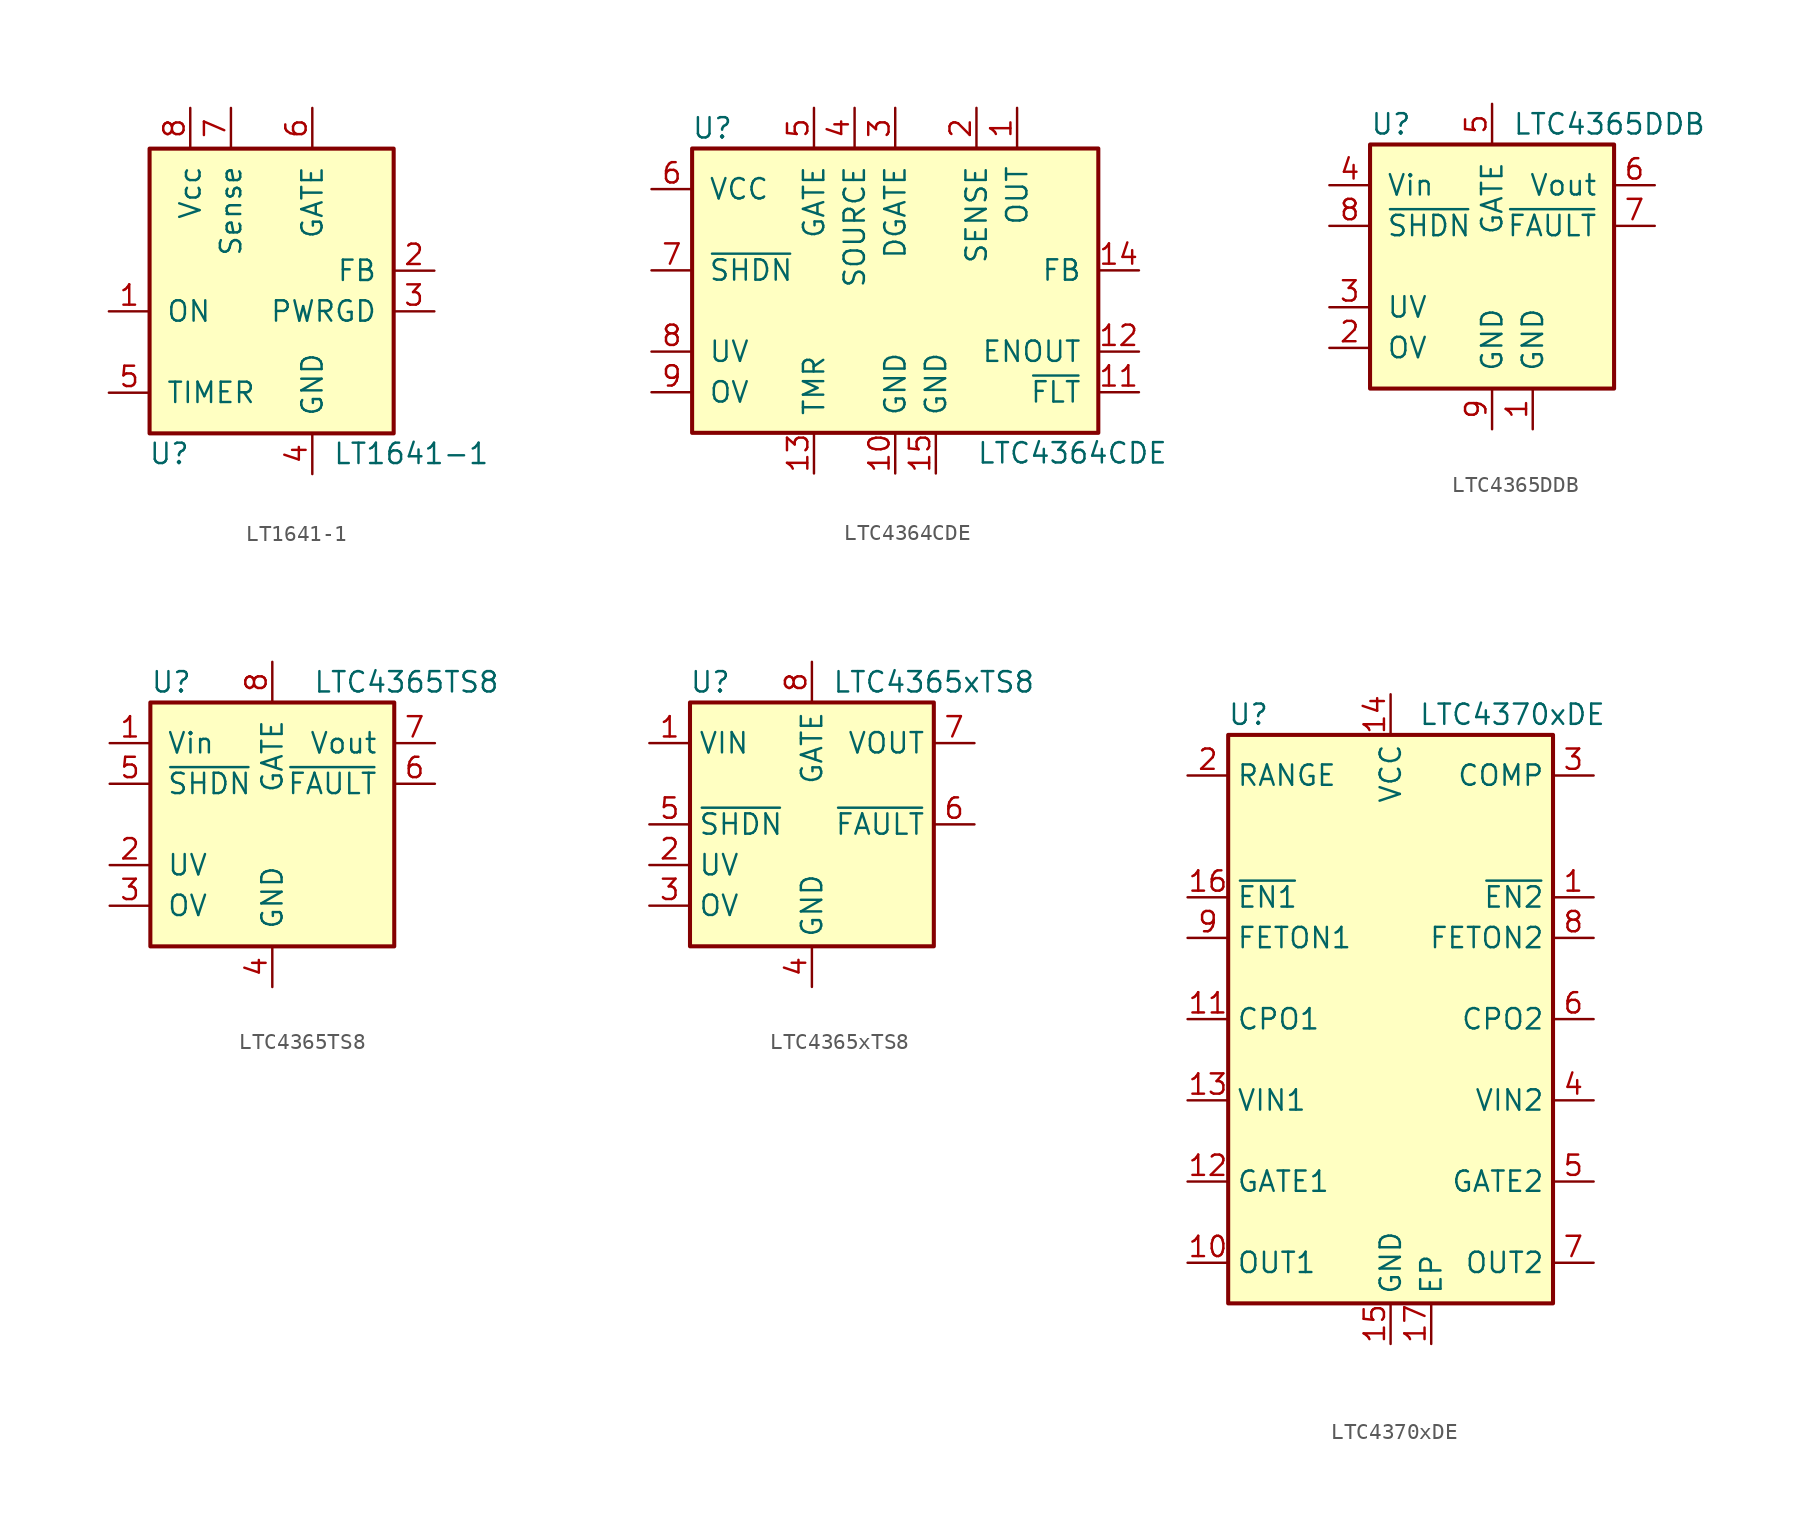
<source format=kicad_sym>
(kicad_symbol_lib
  (version 20231120)
  (generator "kicad_symbol_editor")
  (generator_version "8.0")
  (symbol "LT1641-1"
    (pin_names
      (offset 1.016))
    (property "Reference" "U"
      (at -5.08 -11.43 0)
      (effects (font (size 1.27 1.27)) (justify right)))
    (property "Value" "LT1641-1"
      (at 3.81 -11.43 0)
      (effects (font (size 1.27 1.27)) (justify left)))
    (symbol "LT1641-1_0_1"
      (rectangle (start 7.62 7.62) (end -7.62 -10.16) (stroke (width 0.254) (type default)) (fill (type background))))
    (symbol "LT1641-1_1_0"
      (pin power_in line (at 2.54 -12.7 90) (length 2.54) (name "GND" (effects (font (size 1.27 1.27)))) (number "4" (effects (font (size 1.27 1.27))))))
    (symbol "LT1641-1_1_1"
      (pin input line (at -10.16 -2.54 0) (length 2.54) (name "ON" (effects (font (size 1.27 1.27)))) (number "1" (effects (font (size 1.27 1.27)))))
      (pin input line (at 10.16 0 180) (length 2.54) (name "FB" (effects (font (size 1.27 1.27)))) (number "2" (effects (font (size 1.27 1.27)))))
      (pin open_collector line (at 10.16 -2.54 180) (length 2.54) (name "PWRGD" (effects (font (size 1.27 1.27)))) (number "3" (effects (font (size 1.27 1.27)))))
      (pin input line (at -10.16 -7.62 0) (length 2.54) (name "TIMER" (effects (font (size 1.27 1.27)))) (number "5" (effects (font (size 1.27 1.27)))))
      (pin output line (at 2.54 10.16 270) (length 2.54) (name "GATE" (effects (font (size 1.27 1.27)))) (number "6" (effects (font (size 1.27 1.27)))))
      (pin input line (at -2.54 10.16 270) (length 2.54) (name "Sense" (effects (font (size 1.27 1.27)))) (number "7" (effects (font (size 1.27 1.27)))))
      (pin power_in line (at -5.08 10.16 270) (length 2.54) (name "Vcc" (effects (font (size 1.27 1.27)))) (number "8" (effects (font (size 1.27 1.27)))))))
  (symbol "LTC4364CDE"
    (pin_names
      (offset 1.016))
    (property "Reference" "U"
      (at -11.43 8.89 0)
      (effects (font (size 1.27 1.27))))
    (property "Value" "LTC4364CDE"
      (at 5.08 -11.43 0)
      (effects (font (size 1.27 1.27)) (justify left)))
    (symbol "LTC4364CDE_0_1"
      (rectangle (start -12.7 7.62) (end 12.7 -10.16) (stroke (width 0.254) (type default)) (fill (type background))))
    (symbol "LTC4364CDE_1_1"
      (pin input line (at 7.62 10.16 270) (length 2.54) (name "OUT" (effects (font (size 1.27 1.27)))) (number "1" (effects (font (size 1.27 1.27)))))
      (pin power_in line (at 0 -12.7 90) (length 2.54) (name "GND" (effects (font (size 1.27 1.27)))) (number "10" (effects (font (size 1.27 1.27)))))
      (pin open_collector line (at 15.24 -7.62 180) (length 2.54) (name "~{FLT}" (effects (font (size 1.27 1.27)))) (number "11" (effects (font (size 1.27 1.27)))))
      (pin open_collector line (at 15.24 -5.08 180) (length 2.54) (name "ENOUT" (effects (font (size 1.27 1.27)))) (number "12" (effects (font (size 1.27 1.27)))))
      (pin input line (at -5.08 -12.7 90) (length 2.54) (name "TMR" (effects (font (size 1.27 1.27)))) (number "13" (effects (font (size 1.27 1.27)))))
      (pin input line (at 15.24 0 180) (length 2.54) (name "FB" (effects (font (size 1.27 1.27)))) (number "14" (effects (font (size 1.27 1.27)))))
      (pin power_in line (at 2.54 -12.7 90) (length 2.54) (name "GND" (effects (font (size 1.27 1.27)))) (number "15" (effects (font (size 1.27 1.27)))))
      (pin input line (at 5.08 10.16 270) (length 2.54) (name "SENSE" (effects (font (size 1.27 1.27)))) (number "2" (effects (font (size 1.27 1.27)))))
      (pin output line (at 0 10.16 270) (length 2.54) (name "DGATE" (effects (font (size 1.27 1.27)))) (number "3" (effects (font (size 1.27 1.27)))))
      (pin input line (at -2.54 10.16 270) (length 2.54) (name "SOURCE" (effects (font (size 1.27 1.27)))) (number "4" (effects (font (size 1.27 1.27)))))
      (pin output line (at -5.08 10.16 270) (length 2.54) (name "GATE" (effects (font (size 1.27 1.27)))) (number "5" (effects (font (size 1.27 1.27)))))
      (pin power_in line (at -15.24 5.08 0) (length 2.54) (name "VCC" (effects (font (size 1.27 1.27)))) (number "6" (effects (font (size 1.27 1.27)))))
      (pin input line (at -15.24 0 0) (length 2.54) (name "~{SHDN}" (effects (font (size 1.27 1.27)))) (number "7" (effects (font (size 1.27 1.27)))))
      (pin input line (at -15.24 -5.08 0) (length 2.54) (name "UV" (effects (font (size 1.27 1.27)))) (number "8" (effects (font (size 1.27 1.27)))))
      (pin input line (at -15.24 -7.62 0) (length 2.54) (name "OV" (effects (font (size 1.27 1.27)))) (number "9" (effects (font (size 1.27 1.27)))))))
  (symbol "LTC4365DDB"
    (pin_names
      (offset 1.016))
    (property "Reference" "U"
      (at -7.62 8.89 0)
      (effects (font (size 1.27 1.27)) (justify left)))
    (property "Value" "LTC4365DDB"
      (at 1.27 8.89 0)
      (effects (font (size 1.27 1.27)) (justify left)))
    (symbol "LTC4365DDB_0_1"
      (rectangle (start -7.62 7.62) (end 7.62 -7.62) (stroke (width 0.254) (type default)) (fill (type background))))
    (symbol "LTC4365DDB_1_1"
      (pin power_in line (at 2.54 -10.16 90) (length 2.54) (name "GND" (effects (font (size 1.27 1.27)))) (number "1" (effects (font (size 1.27 1.27)))))
      (pin input line (at -10.16 -5.08 0) (length 2.54) (name "OV" (effects (font (size 1.27 1.27)))) (number "2" (effects (font (size 1.27 1.27)))))
      (pin input line (at -10.16 -2.54 0) (length 2.54) (name "UV" (effects (font (size 1.27 1.27)))) (number "3" (effects (font (size 1.27 1.27)))))
      (pin power_in line (at -10.16 5.08 0) (length 2.54) (name "Vin" (effects (font (size 1.27 1.27)))) (number "4" (effects (font (size 1.27 1.27)))))
      (pin output line (at 0 10.16 270) (length 2.54) (name "GATE" (effects (font (size 1.27 1.27)))) (number "5" (effects (font (size 1.27 1.27)))))
      (pin input line (at 10.16 5.08 180) (length 2.54) (name "Vout" (effects (font (size 1.27 1.27)))) (number "6" (effects (font (size 1.27 1.27)))))
      (pin open_collector line (at 10.16 2.54 180) (length 2.54) (name "~{FAULT}" (effects (font (size 1.27 1.27)))) (number "7" (effects (font (size 1.27 1.27)))))
      (pin input line (at -10.16 2.54 0) (length 2.54) (name "~{SHDN}" (effects (font (size 1.27 1.27)))) (number "8" (effects (font (size 1.27 1.27)))))
      (pin power_in line (at 0 -10.16 90) (length 2.54) (name "GND" (effects (font (size 1.27 1.27)))) (number "9" (effects (font (size 1.27 1.27)))))))
  (symbol "LTC4365TS8"
    (pin_names
      (offset 1.016))
    (property "Reference" "U"
      (at -7.62 8.89 0)
      (effects (font (size 1.27 1.27)) (justify left)))
    (property "Value" "LTC4365TS8"
      (at 2.54 8.89 0)
      (effects (font (size 1.27 1.27)) (justify left)))
    (symbol "LTC4365TS8_0_1"
      (rectangle (start -7.62 7.62) (end 7.62 -7.62) (stroke (width 0.254) (type default)) (fill (type background))))
    (symbol "LTC4365TS8_1_1"
      (pin power_in line (at -10.16 5.08 0) (length 2.54) (name "Vin" (effects (font (size 1.27 1.27)))) (number "1" (effects (font (size 1.27 1.27)))))
      (pin input line (at -10.16 -2.54 0) (length 2.54) (name "UV" (effects (font (size 1.27 1.27)))) (number "2" (effects (font (size 1.27 1.27)))))
      (pin input line (at -10.16 -5.08 0) (length 2.54) (name "OV" (effects (font (size 1.27 1.27)))) (number "3" (effects (font (size 1.27 1.27)))))
      (pin power_in line (at 0 -10.16 90) (length 2.54) (name "GND" (effects (font (size 1.27 1.27)))) (number "4" (effects (font (size 1.27 1.27)))))
      (pin input line (at -10.16 2.54 0) (length 2.54) (name "~{SHDN}" (effects (font (size 1.27 1.27)))) (number "5" (effects (font (size 1.27 1.27)))))
      (pin open_collector line (at 10.16 2.54 180) (length 2.54) (name "~{FAULT}" (effects (font (size 1.27 1.27)))) (number "6" (effects (font (size 1.27 1.27)))))
      (pin input line (at 10.16 5.08 180) (length 2.54) (name "Vout" (effects (font (size 1.27 1.27)))) (number "7" (effects (font (size 1.27 1.27)))))
      (pin output line (at 0 10.16 270) (length 2.54) (name "GATE" (effects (font (size 1.27 1.27)))) (number "8" (effects (font (size 1.27 1.27)))))))
  (symbol "LTC4365xTS8"
    (property "Reference" "U"
      (at -6.35 8.89 0)
      (effects (font (size 1.27 1.27))))
    (property "Value" "LTC4365xTS8"
      (at 7.62 8.89 0)
      (effects (font (size 1.27 1.27))))
    (symbol "LTC4365xTS8_0_1"
      (rectangle (start -7.62 7.62) (end 7.62 -7.62) (stroke (width 0.254) (type default)) (fill (type background))))
    (symbol "LTC4365xTS8_1_1"
      (pin power_in line (at -10.16 5.08 0) (length 2.54) (name "VIN" (effects (font (size 1.27 1.27)))) (number "1" (effects (font (size 1.27 1.27)))))
      (pin input line (at -10.16 -2.54 0) (length 2.54) (name "UV" (effects (font (size 1.27 1.27)))) (number "2" (effects (font (size 1.27 1.27)))))
      (pin input line (at -10.16 -5.08 0) (length 2.54) (name "OV" (effects (font (size 1.27 1.27)))) (number "3" (effects (font (size 1.27 1.27)))))
      (pin power_in line (at 0 -10.16 90) (length 2.54) (name "GND" (effects (font (size 1.27 1.27)))) (number "4" (effects (font (size 1.27 1.27)))))
      (pin input line (at -10.16 0 0) (length 2.54) (name "~{SHDN}" (effects (font (size 1.27 1.27)))) (number "5" (effects (font (size 1.27 1.27)))))
      (pin open_collector line (at 10.16 0 180) (length 2.54) (name "~{FAULT}" (effects (font (size 1.27 1.27)))) (number "6" (effects (font (size 1.27 1.27)))))
      (pin input line (at 10.16 5.08 180) (length 2.54) (name "VOUT" (effects (font (size 1.27 1.27)))) (number "7" (effects (font (size 1.27 1.27)))))
      (pin output line (at 0 10.16 270) (length 2.54) (name "GATE" (effects (font (size 1.27 1.27)))) (number "8" (effects (font (size 1.27 1.27)))))))
  (symbol "LTC4370xDE"
    (property "Reference" "U"
      (at -8.89 19.05 0)
      (effects (font (size 1.27 1.27))))
    (property "Value" "LTC4370xDE"
      (at 7.62 19.05 0)
      (effects (font (size 1.27 1.27))))
    (symbol "LTC4370xDE_0_1"
      (rectangle (start -10.16 17.78) (end 10.16 -17.78) (stroke (width 0.254) (type default)) (fill (type background))))
    (symbol "LTC4370xDE_1_1"
      (pin input line (at 12.7 7.62 180) (length 2.54) (name "~{EN2}" (effects (font (size 1.27 1.27)))) (number "1" (effects (font (size 1.27 1.27)))))
      (pin input line (at -12.7 -15.24 0) (length 2.54) (name "OUT1" (effects (font (size 1.27 1.27)))) (number "10" (effects (font (size 1.27 1.27)))))
      (pin passive line (at -12.7 0 0) (length 2.54) (name "CPO1" (effects (font (size 1.27 1.27)))) (number "11" (effects (font (size 1.27 1.27)))))
      (pin output line (at -12.7 -10.16 0) (length 2.54) (name "GATE1" (effects (font (size 1.27 1.27)))) (number "12" (effects (font (size 1.27 1.27)))))
      (pin power_in line (at -12.7 -5.08 0) (length 2.54) (name "VIN1" (effects (font (size 1.27 1.27)))) (number "13" (effects (font (size 1.27 1.27)))))
      (pin power_in line (at 0 20.32 270) (length 2.54) (name "VCC" (effects (font (size 1.27 1.27)))) (number "14" (effects (font (size 1.27 1.27)))))
      (pin power_in line (at 0 -20.32 90) (length 2.54) (name "GND" (effects (font (size 1.27 1.27)))) (number "15" (effects (font (size 1.27 1.27)))))
      (pin input line (at -12.7 7.62 0) (length 2.54) (name "~{EN1}" (effects (font (size 1.27 1.27)))) (number "16" (effects (font (size 1.27 1.27)))))
      (pin passive line (at 2.54 -20.32 90) (length 2.54) (name "EP" (effects (font (size 1.27 1.27)))) (number "17" (effects (font (size 1.27 1.27)))))
      (pin passive line (at -12.7 15.24 0) (length 2.54) (name "RANGE" (effects (font (size 1.27 1.27)))) (number "2" (effects (font (size 1.27 1.27)))))
      (pin passive line (at 12.7 15.24 180) (length 2.54) (name "COMP" (effects (font (size 1.27 1.27)))) (number "3" (effects (font (size 1.27 1.27)))))
      (pin power_in line (at 12.7 -5.08 180) (length 2.54) (name "VIN2" (effects (font (size 1.27 1.27)))) (number "4" (effects (font (size 1.27 1.27)))))
      (pin output line (at 12.7 -10.16 180) (length 2.54) (name "GATE2" (effects (font (size 1.27 1.27)))) (number "5" (effects (font (size 1.27 1.27)))))
      (pin passive line (at 12.7 0 180) (length 2.54) (name "CPO2" (effects (font (size 1.27 1.27)))) (number "6" (effects (font (size 1.27 1.27)))))
      (pin input line (at 12.7 -15.24 180) (length 2.54) (name "OUT2" (effects (font (size 1.27 1.27)))) (number "7" (effects (font (size 1.27 1.27)))))
      (pin open_collector line (at 12.7 5.08 180) (length 2.54) (name "FETON2" (effects (font (size 1.27 1.27)))) (number "8" (effects (font (size 1.27 1.27)))))
      (pin open_collector line (at -12.7 5.08 0) (length 2.54) (name "FETON1" (effects (font (size 1.27 1.27)))) (number "9" (effects (font (size 1.27 1.27))))))))
</source>
